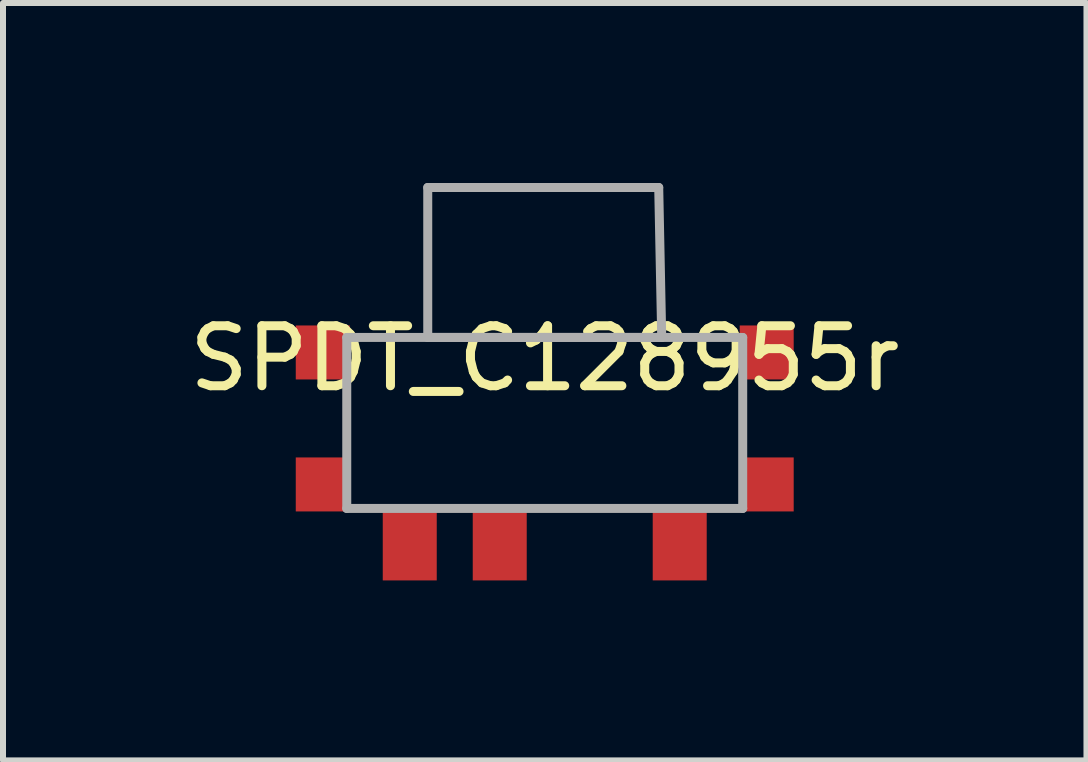
<source format=kicad_pcb>
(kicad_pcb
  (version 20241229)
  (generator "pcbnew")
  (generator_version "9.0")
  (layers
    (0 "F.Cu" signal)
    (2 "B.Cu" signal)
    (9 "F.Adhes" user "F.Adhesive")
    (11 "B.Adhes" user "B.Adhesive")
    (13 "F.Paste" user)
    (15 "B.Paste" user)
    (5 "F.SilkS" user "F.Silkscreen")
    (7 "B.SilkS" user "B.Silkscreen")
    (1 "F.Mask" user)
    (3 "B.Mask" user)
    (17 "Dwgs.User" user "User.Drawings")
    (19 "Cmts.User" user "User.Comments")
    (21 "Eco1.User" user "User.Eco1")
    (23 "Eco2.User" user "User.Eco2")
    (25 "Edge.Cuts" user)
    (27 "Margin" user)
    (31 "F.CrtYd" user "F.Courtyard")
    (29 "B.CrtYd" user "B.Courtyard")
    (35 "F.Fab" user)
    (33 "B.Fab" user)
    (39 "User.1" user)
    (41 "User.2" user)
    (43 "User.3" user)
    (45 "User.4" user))
  (footprint "SPDT_C128955r"
    (layer "F.Cu")
    (at 6.03 3.925)
    (property "Reference" "SPDT_C128955r" (at 0 -1 0) (layer "F.SilkS") (effects (font (size 1 1) (thickness 0.15))))
    (attr through_hole)
    (fp_line (start -3.3 -1.35) (end -3.3 1.5) (stroke (width 0.15) (type solid)) (layer "F.Fab"))
    (fp_line (start -3.3 1.5) (end 3.3 1.5) (stroke (width 0.15) (type solid)) (layer "F.Fab"))
    (fp_line (start -1.95 -3.85) (end 0 -3.85) (stroke (width 0.15) (type solid)) (layer "F.Fab"))
    (fp_line (start -1.95 -1.35) (end -1.95 -3.85) (stroke (width 0.15) (type solid)) (layer "F.Fab"))
    (fp_line (start 0 -3.85) (end 1.9 -3.85) (stroke (width 0.15) (type solid)) (layer "F.Fab"))
    (fp_line (start 0 -1.35) (end -3.3 -1.35) (stroke (width 0.15) (type solid)) (layer "F.Fab"))
    (fp_line (start 0 -1.35) (end 3.3 -1.35) (stroke (width 0.15) (type solid)) (layer "F.Fab"))
    (fp_line (start 1.9 -3.85) (end 1.95 -1.35) (stroke (width 0.15) (type solid)) (layer "F.Fab"))
    (fp_line (start 1.95 -1.35) (end -1.95 -1.35) (stroke (width 0.15) (type solid)) (layer "F.Fab"))
    (fp_line (start 3.3 1.5) (end 3.3 -1.35) (stroke (width 0.15) (type solid)) (layer "F.Fab"))
    (pad "0" smd rect (at -3.7 -1.1) (size 0.9 0.9) (layers "F.Cu" "F.Mask" "F.Paste"))
    (pad "0" smd rect (at -3.7 1.1) (size 0.9 0.9) (layers "F.Cu" "F.Mask" "F.Paste"))
    (pad "0" smd rect (at 3.7 -1.1) (size 0.9 0.9) (layers "F.Cu" "F.Mask" "F.Paste"))
    (pad "0" smd rect (at 3.7 1.1) (size 0.9 0.9) (layers "F.Cu" "F.Mask" "F.Paste"))
    (pad "1" smd rect (at 2.25 2.075) (size 0.9 1.25) (layers "F.Cu" "F.Mask" "F.Paste"))
    (pad "2" smd rect (at -0.75 2.075) (size 0.9 1.25) (layers "F.Cu" "F.Mask" "F.Paste"))
    (pad "3" smd rect (at -2.25 2.075) (size 0.9 1.25) (layers "F.Cu" "F.Mask" "F.Paste")))
  (gr_rect
    (start -3 -3)
    (end 15.06 9.625)
    (stroke (width 0.1) (type default))
    (fill no)
    (layer "Edge.Cuts")))
</source>
